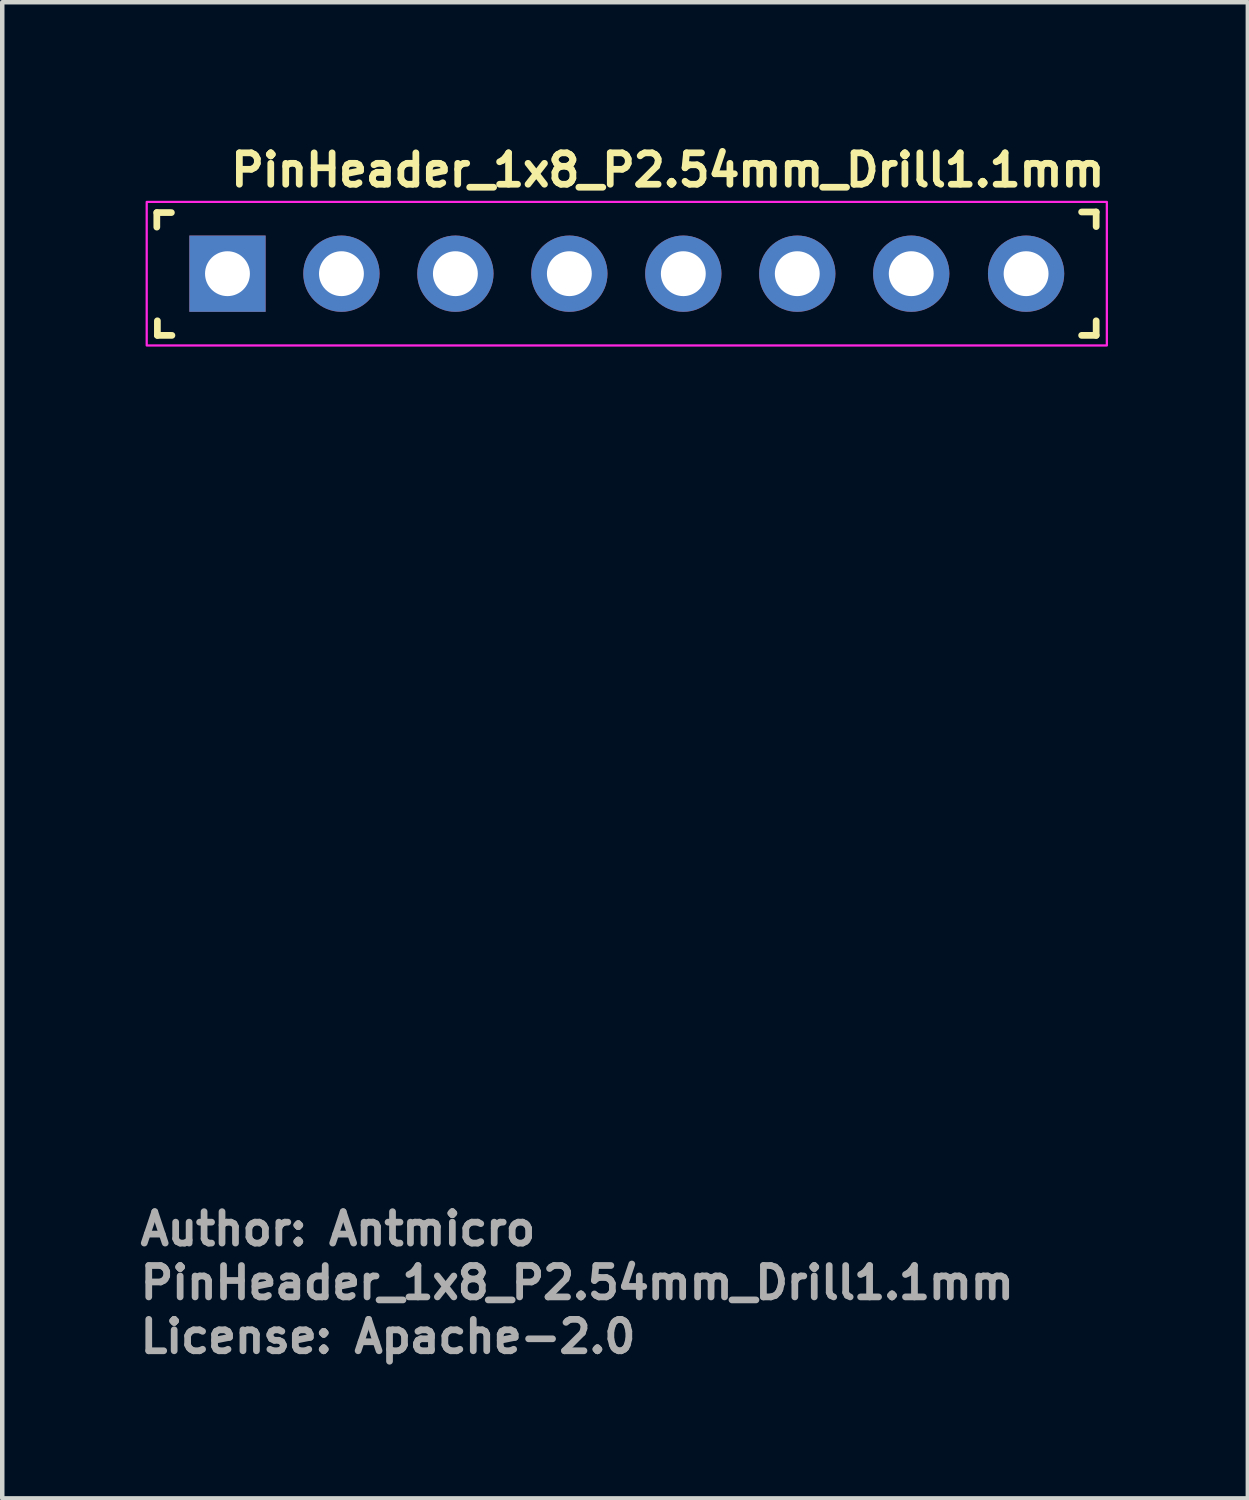
<source format=kicad_pcb>
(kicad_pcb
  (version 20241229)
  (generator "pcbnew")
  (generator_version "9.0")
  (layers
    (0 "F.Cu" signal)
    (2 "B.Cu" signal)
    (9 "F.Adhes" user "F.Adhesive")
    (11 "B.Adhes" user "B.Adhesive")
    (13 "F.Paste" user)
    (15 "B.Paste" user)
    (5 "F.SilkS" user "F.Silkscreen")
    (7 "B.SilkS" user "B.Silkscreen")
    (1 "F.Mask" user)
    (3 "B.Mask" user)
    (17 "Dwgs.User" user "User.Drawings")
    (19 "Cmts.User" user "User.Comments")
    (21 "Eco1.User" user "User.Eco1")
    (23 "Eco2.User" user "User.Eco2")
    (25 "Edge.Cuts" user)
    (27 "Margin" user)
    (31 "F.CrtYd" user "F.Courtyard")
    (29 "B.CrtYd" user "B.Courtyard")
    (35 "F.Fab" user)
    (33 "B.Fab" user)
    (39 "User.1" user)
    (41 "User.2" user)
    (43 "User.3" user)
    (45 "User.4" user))
  (footprint "PinHeader_1x8_P2.54mm_Drill1.1mm"
    (layer "F.Cu")
    (at 2.02 3.05)
    (property "Reference" "PinHeader_1x8_P2.54mm_Drill1.1mm" (at 0 -1.9 0) (layer "F.SilkS") (effects (font (size 0.7 0.7) (thickness 0.15)) (justify left bottom)))
    (attr through_hole)
    (fp_line (start -1.575 -1.362) (end -1.25 -1.362) (stroke (width 0.15) (type solid)) (layer "F.SilkS"))
    (fp_line (start -1.575 -1.038) (end -1.575 -1.362) (stroke (width 0.15) (type solid)) (layer "F.SilkS"))
    (fp_line (start -1.562 1.375) (end -1.562 1.05) (stroke (width 0.15) (type solid)) (layer "F.SilkS"))
    (fp_line (start -1.238 1.375) (end -1.562 1.375) (stroke (width 0.15) (type solid)) (layer "F.SilkS"))
    (fp_line (start 19.038 -1.375) (end 19.362 -1.375) (stroke (width 0.15) (type solid)) (layer "F.SilkS"))
    (fp_line (start 19.362 -1.375) (end 19.362 -1.05) (stroke (width 0.15) (type solid)) (layer "F.SilkS"))
    (fp_line (start 19.362 1.05) (end 19.362 1.375) (stroke (width 0.15) (type solid)) (layer "F.SilkS"))
    (fp_line (start 19.362 1.375) (end 19.038 1.375) (stroke (width 0.15) (type solid)) (layer "F.SilkS"))
    (fp_rect (start -1.8 -1.6) (end 19.6 1.6) (stroke (width 0.05) (type solid)) (fill no) (layer "F.CrtYd"))
    (fp_rect (start -1.524 1.27) (end 19.304 -1.27) (stroke (width 0.1) (type solid)) (fill no) (layer "User.5"))
    (fp_line (start -1.524 -1.27) (end -1.524 1.27) (stroke (width 0.02) (type solid)) (layer "User.9"))
    (fp_line (start -1.524 1.27) (end 19.304 1.27) (stroke (width 0.02) (type solid)) (layer "User.9"))
    (fp_line (start -0.762 -0.762) (end 0.762 -0.762) (stroke (width 0.02) (type solid)) (layer "User.9"))
    (fp_line (start -0.762 0.762) (end -0.762 -0.762) (stroke (width 0.02) (type solid)) (layer "User.9"))
    (fp_line (start -0.381 -0.381) (end -0.762 -0.762) (stroke (width 0.02) (type solid)) (layer "User.9"))
    (fp_line (start -0.381 -0.381) (end -0.381 0.381) (stroke (width 0.02) (type solid)) (layer "User.9"))
    (fp_line (start -0.381 -0.203) (end -0.102 -0.203) (stroke (width 0.02) (type solid)) (layer "User.9"))
    (fp_line (start -0.381 0.203) (end -0.102 0.203) (stroke (width 0.02) (type solid)) (layer "User.9"))
    (fp_line (start -0.381 0.381) (end -0.762 0.762) (stroke (width 0.02) (type solid)) (layer "User.9"))
    (fp_line (start -0.381 0.381) (end 0.381 0.381) (stroke (width 0.02) (type solid)) (layer "User.9"))
    (fp_line (start -0.102 -0.203) (end -0.102 0.203) (stroke (width 0.02) (type solid)) (layer "User.9"))
    (fp_line (start -0.102 -0.203) (end 0.102 -0.203) (stroke (width 0.02) (type solid)) (layer "User.9"))
    (fp_line (start -0.102 0.203) (end 0.102 0.203) (stroke (width 0.02) (type solid)) (layer "User.9"))
    (fp_line (start 0.102 -0.203) (end 0.102 0.203) (stroke (width 0.02) (type solid)) (layer "User.9"))
    (fp_line (start 0.102 -0.203) (end 0.381 -0.203) (stroke (width 0.02) (type solid)) (layer "User.9"))
    (fp_line (start 0.102 0.203) (end 0.381 0.203) (stroke (width 0.02) (type solid)) (layer "User.9"))
    (fp_line (start 0.381 -0.381) (end -0.381 -0.381) (stroke (width 0.02) (type solid)) (layer "User.9"))
    (fp_line (start 0.381 0.381) (end 0.381 -0.381) (stroke (width 0.02) (type solid)) (layer "User.9"))
    (fp_line (start 0.762 -0.762) (end 0.381 -0.381) (stroke (width 0.02) (type solid)) (layer "User.9"))
    (fp_line (start 0.762 -0.762) (end 0.762 0.762) (stroke (width 0.02) (type solid)) (layer "User.9"))
    (fp_line (start 0.762 0.762) (end -0.762 0.762) (stroke (width 0.02) (type solid)) (layer "User.9"))
    (fp_line (start 0.762 0.762) (end 0.381 0.381) (stroke (width 0.02) (type solid)) (layer "User.9"))
    (fp_line (start 1.778 -0.762) (end 3.302 -0.762) (stroke (width 0.02) (type solid)) (layer "User.9"))
    (fp_line (start 1.778 0.762) (end 1.778 -0.762) (stroke (width 0.02) (type solid)) (layer "User.9"))
    (fp_line (start 2.159 -0.381) (end 1.778 -0.762) (stroke (width 0.02) (type solid)) (layer "User.9"))
    (fp_line (start 2.159 -0.381) (end 2.159 0.381) (stroke (width 0.02) (type solid)) (layer "User.9"))
    (fp_line (start 2.159 -0.203) (end 2.438 -0.203) (stroke (width 0.02) (type solid)) (layer "User.9"))
    (fp_line (start 2.159 0.203) (end 2.438 0.203) (stroke (width 0.02) (type solid)) (layer "User.9"))
    (fp_line (start 2.159 0.381) (end 1.778 0.762) (stroke (width 0.02) (type solid)) (layer "User.9"))
    (fp_line (start 2.159 0.381) (end 2.921 0.381) (stroke (width 0.02) (type solid)) (layer "User.9"))
    (fp_line (start 2.438 -0.203) (end 2.438 0.203) (stroke (width 0.02) (type solid)) (layer "User.9"))
    (fp_line (start 2.438 -0.203) (end 2.642 -0.203) (stroke (width 0.02) (type solid)) (layer "User.9"))
    (fp_line (start 2.438 0.203) (end 2.642 0.203) (stroke (width 0.02) (type solid)) (layer "User.9"))
    (fp_line (start 2.642 -0.203) (end 2.642 0.203) (stroke (width 0.02) (type solid)) (layer "User.9"))
    (fp_line (start 2.642 -0.203) (end 2.921 -0.203) (stroke (width 0.02) (type solid)) (layer "User.9"))
    (fp_line (start 2.642 0.203) (end 2.921 0.203) (stroke (width 0.02) (type solid)) (layer "User.9"))
    (fp_line (start 2.921 -0.381) (end 2.159 -0.381) (stroke (width 0.02) (type solid)) (layer "User.9"))
    (fp_line (start 2.921 0.381) (end 2.921 -0.381) (stroke (width 0.02) (type solid)) (layer "User.9"))
    (fp_line (start 3.302 -0.762) (end 2.921 -0.381) (stroke (width 0.02) (type solid)) (layer "User.9"))
    (fp_line (start 3.302 -0.762) (end 3.302 0.762) (stroke (width 0.02) (type solid)) (layer "User.9"))
    (fp_line (start 3.302 0.762) (end 1.778 0.762) (stroke (width 0.02) (type solid)) (layer "User.9"))
    (fp_line (start 3.302 0.762) (end 2.921 0.381) (stroke (width 0.02) (type solid)) (layer "User.9"))
    (fp_line (start 4.318 -0.762) (end 5.842 -0.762) (stroke (width 0.02) (type solid)) (layer "User.9"))
    (fp_line (start 4.318 0.762) (end 4.318 -0.762) (stroke (width 0.02) (type solid)) (layer "User.9"))
    (fp_line (start 4.699 -0.381) (end 4.318 -0.762) (stroke (width 0.02) (type solid)) (layer "User.9"))
    (fp_line (start 4.699 -0.381) (end 4.699 0.381) (stroke (width 0.02) (type solid)) (layer "User.9"))
    (fp_line (start 4.699 -0.203) (end 4.978 -0.203) (stroke (width 0.02) (type solid)) (layer "User.9"))
    (fp_line (start 4.699 0.203) (end 4.978 0.203) (stroke (width 0.02) (type solid)) (layer "User.9"))
    (fp_line (start 4.699 0.381) (end 4.318 0.762) (stroke (width 0.02) (type solid)) (layer "User.9"))
    (fp_line (start 4.699 0.381) (end 5.461 0.381) (stroke (width 0.02) (type solid)) (layer "User.9"))
    (fp_line (start 4.978 -0.203) (end 4.978 0.203) (stroke (width 0.02) (type solid)) (layer "User.9"))
    (fp_line (start 4.978 -0.203) (end 5.182 -0.203) (stroke (width 0.02) (type solid)) (layer "User.9"))
    (fp_line (start 4.978 0.203) (end 5.182 0.203) (stroke (width 0.02) (type solid)) (layer "User.9"))
    (fp_line (start 5.182 -0.203) (end 5.182 0.203) (stroke (width 0.02) (type solid)) (layer "User.9"))
    (fp_line (start 5.182 -0.203) (end 5.461 -0.203) (stroke (width 0.02) (type solid)) (layer "User.9"))
    (fp_line (start 5.182 0.203) (end 5.461 0.203) (stroke (width 0.02) (type solid)) (layer "User.9"))
    (fp_line (start 5.461 -0.381) (end 4.699 -0.381) (stroke (width 0.02) (type solid)) (layer "User.9"))
    (fp_line (start 5.461 0.381) (end 5.461 -0.381) (stroke (width 0.02) (type solid)) (layer "User.9"))
    (fp_line (start 5.842 -0.762) (end 5.461 -0.381) (stroke (width 0.02) (type solid)) (layer "User.9"))
    (fp_line (start 5.842 -0.762) (end 5.842 0.762) (stroke (width 0.02) (type solid)) (layer "User.9"))
    (fp_line (start 5.842 0.762) (end 4.318 0.762) (stroke (width 0.02) (type solid)) (layer "User.9"))
    (fp_line (start 5.842 0.762) (end 5.461 0.381) (stroke (width 0.02) (type solid)) (layer "User.9"))
    (fp_line (start 6.858 -0.762) (end 8.382 -0.762) (stroke (width 0.02) (type solid)) (layer "User.9"))
    (fp_line (start 6.858 0.762) (end 6.858 -0.762) (stroke (width 0.02) (type solid)) (layer "User.9"))
    (fp_line (start 7.239 -0.381) (end 6.858 -0.762) (stroke (width 0.02) (type solid)) (layer "User.9"))
    (fp_line (start 7.239 -0.381) (end 7.239 0.381) (stroke (width 0.02) (type solid)) (layer "User.9"))
    (fp_line (start 7.239 -0.203) (end 7.518 -0.203) (stroke (width 0.02) (type solid)) (layer "User.9"))
    (fp_line (start 7.239 0.203) (end 7.518 0.203) (stroke (width 0.02) (type solid)) (layer "User.9"))
    (fp_line (start 7.239 0.381) (end 6.858 0.762) (stroke (width 0.02) (type solid)) (layer "User.9"))
    (fp_line (start 7.239 0.381) (end 8.001 0.381) (stroke (width 0.02) (type solid)) (layer "User.9"))
    (fp_line (start 7.518 -0.203) (end 7.518 0.203) (stroke (width 0.02) (type solid)) (layer "User.9"))
    (fp_line (start 7.518 -0.203) (end 7.722 -0.203) (stroke (width 0.02) (type solid)) (layer "User.9"))
    (fp_line (start 7.518 0.203) (end 7.722 0.203) (stroke (width 0.02) (type solid)) (layer "User.9"))
    (fp_line (start 7.722 -0.203) (end 7.722 0.203) (stroke (width 0.02) (type solid)) (layer "User.9"))
    (fp_line (start 7.722 -0.203) (end 8.001 -0.203) (stroke (width 0.02) (type solid)) (layer "User.9"))
    (fp_line (start 7.722 0.203) (end 8.001 0.203) (stroke (width 0.02) (type solid)) (layer "User.9"))
    (fp_line (start 8.001 -0.381) (end 7.239 -0.381) (stroke (width 0.02) (type solid)) (layer "User.9"))
    (fp_line (start 8.001 0.381) (end 8.001 -0.381) (stroke (width 0.02) (type solid)) (layer "User.9"))
    (fp_line (start 8.382 -0.762) (end 8.001 -0.381) (stroke (width 0.02) (type solid)) (layer "User.9"))
    (fp_line (start 8.382 -0.762) (end 8.382 0.762) (stroke (width 0.02) (type solid)) (layer "User.9"))
    (fp_line (start 8.382 0.762) (end 6.858 0.762) (stroke (width 0.02) (type solid)) (layer "User.9"))
    (fp_line (start 8.382 0.762) (end 8.001 0.381) (stroke (width 0.02) (type solid)) (layer "User.9"))
    (fp_line (start 9.398 -0.762) (end 10.922 -0.762) (stroke (width 0.02) (type solid)) (layer "User.9"))
    (fp_line (start 9.398 0.762) (end 9.398 -0.762) (stroke (width 0.02) (type solid)) (layer "User.9"))
    (fp_line (start 9.779 -0.381) (end 9.398 -0.762) (stroke (width 0.02) (type solid)) (layer "User.9"))
    (fp_line (start 9.779 -0.381) (end 9.779 0.381) (stroke (width 0.02) (type solid)) (layer "User.9"))
    (fp_line (start 9.779 -0.203) (end 10.058 -0.203) (stroke (width 0.02) (type solid)) (layer "User.9"))
    (fp_line (start 9.779 0.203) (end 10.058 0.203) (stroke (width 0.02) (type solid)) (layer "User.9"))
    (fp_line (start 9.779 0.381) (end 9.398 0.762) (stroke (width 0.02) (type solid)) (layer "User.9"))
    (fp_line (start 9.779 0.381) (end 10.541 0.381) (stroke (width 0.02) (type solid)) (layer "User.9"))
    (fp_line (start 10.058 -0.203) (end 10.058 0.203) (stroke (width 0.02) (type solid)) (layer "User.9"))
    (fp_line (start 10.058 -0.203) (end 10.262 -0.203) (stroke (width 0.02) (type solid)) (layer "User.9"))
    (fp_line (start 10.058 0.203) (end 10.262 0.203) (stroke (width 0.02) (type solid)) (layer "User.9"))
    (fp_line (start 10.262 -0.203) (end 10.262 0.203) (stroke (width 0.02) (type solid)) (layer "User.9"))
    (fp_line (start 10.262 -0.203) (end 10.541 -0.203) (stroke (width 0.02) (type solid)) (layer "User.9"))
    (fp_line (start 10.262 0.203) (end 10.541 0.203) (stroke (width 0.02) (type solid)) (layer "User.9"))
    (fp_line (start 10.541 -0.381) (end 9.779 -0.381) (stroke (width 0.02) (type solid)) (layer "User.9"))
    (fp_line (start 10.541 0.381) (end 10.541 -0.381) (stroke (width 0.02) (type solid)) (layer "User.9"))
    (fp_line (start 10.922 -0.762) (end 10.541 -0.381) (stroke (width 0.02) (type solid)) (layer "User.9"))
    (fp_line (start 10.922 -0.762) (end 10.922 0.762) (stroke (width 0.02) (type solid)) (layer "User.9"))
    (fp_line (start 10.922 0.762) (end 9.398 0.762) (stroke (width 0.02) (type solid)) (layer "User.9"))
    (fp_line (start 10.922 0.762) (end 10.541 0.381) (stroke (width 0.02) (type solid)) (layer "User.9"))
    (fp_line (start 11.938 -0.762) (end 13.462 -0.762) (stroke (width 0.02) (type solid)) (layer "User.9"))
    (fp_line (start 11.938 0.762) (end 11.938 -0.762) (stroke (width 0.02) (type solid)) (layer "User.9"))
    (fp_line (start 12.319 -0.381) (end 11.938 -0.762) (stroke (width 0.02) (type solid)) (layer "User.9"))
    (fp_line (start 12.319 -0.381) (end 12.319 0.381) (stroke (width 0.02) (type solid)) (layer "User.9"))
    (fp_line (start 12.319 -0.203) (end 12.598 -0.203) (stroke (width 0.02) (type solid)) (layer "User.9"))
    (fp_line (start 12.319 0.203) (end 12.598 0.203) (stroke (width 0.02) (type solid)) (layer "User.9"))
    (fp_line (start 12.319 0.381) (end 11.938 0.762) (stroke (width 0.02) (type solid)) (layer "User.9"))
    (fp_line (start 12.319 0.381) (end 13.081 0.381) (stroke (width 0.02) (type solid)) (layer "User.9"))
    (fp_line (start 12.598 -0.203) (end 12.598 0.203) (stroke (width 0.02) (type solid)) (layer "User.9"))
    (fp_line (start 12.598 -0.203) (end 12.802 -0.203) (stroke (width 0.02) (type solid)) (layer "User.9"))
    (fp_line (start 12.598 0.203) (end 12.802 0.203) (stroke (width 0.02) (type solid)) (layer "User.9"))
    (fp_line (start 12.802 -0.203) (end 12.802 0.203) (stroke (width 0.02) (type solid)) (layer "User.9"))
    (fp_line (start 12.802 -0.203) (end 13.081 -0.203) (stroke (width 0.02) (type solid)) (layer "User.9"))
    (fp_line (start 12.802 0.203) (end 13.081 0.203) (stroke (width 0.02) (type solid)) (layer "User.9"))
    (fp_line (start 13.081 -0.381) (end 12.319 -0.381) (stroke (width 0.02) (type solid)) (layer "User.9"))
    (fp_line (start 13.081 0.381) (end 13.081 -0.381) (stroke (width 0.02) (type solid)) (layer "User.9"))
    (fp_line (start 13.462 -0.762) (end 13.081 -0.381) (stroke (width 0.02) (type solid)) (layer "User.9"))
    (fp_line (start 13.462 -0.762) (end 13.462 0.762) (stroke (width 0.02) (type solid)) (layer "User.9"))
    (fp_line (start 13.462 0.762) (end 11.938 0.762) (stroke (width 0.02) (type solid)) (layer "User.9"))
    (fp_line (start 13.462 0.762) (end 13.081 0.381) (stroke (width 0.02) (type solid)) (layer "User.9"))
    (fp_line (start 14.478 -0.762) (end 16.002 -0.762) (stroke (width 0.02) (type solid)) (layer "User.9"))
    (fp_line (start 14.478 0.762) (end 14.478 -0.762) (stroke (width 0.02) (type solid)) (layer "User.9"))
    (fp_line (start 14.859 -0.381) (end 14.478 -0.762) (stroke (width 0.02) (type solid)) (layer "User.9"))
    (fp_line (start 14.859 -0.381) (end 14.859 0.381) (stroke (width 0.02) (type solid)) (layer "User.9"))
    (fp_line (start 14.859 -0.203) (end 15.138 -0.203) (stroke (width 0.02) (type solid)) (layer "User.9"))
    (fp_line (start 14.859 0.203) (end 15.138 0.203) (stroke (width 0.02) (type solid)) (layer "User.9"))
    (fp_line (start 14.859 0.381) (end 14.478 0.762) (stroke (width 0.02) (type solid)) (layer "User.9"))
    (fp_line (start 14.859 0.381) (end 15.621 0.381) (stroke (width 0.02) (type solid)) (layer "User.9"))
    (fp_line (start 15.138 -0.203) (end 15.138 0.203) (stroke (width 0.02) (type solid)) (layer "User.9"))
    (fp_line (start 15.138 -0.203) (end 15.342 -0.203) (stroke (width 0.02) (type solid)) (layer "User.9"))
    (fp_line (start 15.138 0.203) (end 15.342 0.203) (stroke (width 0.02) (type solid)) (layer "User.9"))
    (fp_line (start 15.342 -0.203) (end 15.342 0.203) (stroke (width 0.02) (type solid)) (layer "User.9"))
    (fp_line (start 15.342 -0.203) (end 15.621 -0.203) (stroke (width 0.02) (type solid)) (layer "User.9"))
    (fp_line (start 15.342 0.203) (end 15.621 0.203) (stroke (width 0.02) (type solid)) (layer "User.9"))
    (fp_line (start 15.621 -0.381) (end 14.859 -0.381) (stroke (width 0.02) (type solid)) (layer "User.9"))
    (fp_line (start 15.621 0.381) (end 15.621 -0.381) (stroke (width 0.02) (type solid)) (layer "User.9"))
    (fp_line (start 16.002 -0.762) (end 15.621 -0.381) (stroke (width 0.02) (type solid)) (layer "User.9"))
    (fp_line (start 16.002 -0.762) (end 16.002 0.762) (stroke (width 0.02) (type solid)) (layer "User.9"))
    (fp_line (start 16.002 0.762) (end 14.478 0.762) (stroke (width 0.02) (type solid)) (layer "User.9"))
    (fp_line (start 16.002 0.762) (end 15.621 0.381) (stroke (width 0.02) (type solid)) (layer "User.9"))
    (fp_line (start 17.018 -0.762) (end 18.542 -0.762) (stroke (width 0.02) (type solid)) (layer "User.9"))
    (fp_line (start 17.018 0.762) (end 17.018 -0.762) (stroke (width 0.02) (type solid)) (layer "User.9"))
    (fp_line (start 17.018 0.762) (end 17.399 0.381) (stroke (width 0.02) (type solid)) (layer "User.9"))
    (fp_line (start 17.399 -0.381) (end 17.018 -0.762) (stroke (width 0.02) (type solid)) (layer "User.9"))
    (fp_line (start 17.399 -0.381) (end 17.399 0.381) (stroke (width 0.02) (type solid)) (layer "User.9"))
    (fp_line (start 17.399 -0.203) (end 17.678 -0.203) (stroke (width 0.02) (type solid)) (layer "User.9"))
    (fp_line (start 17.399 0.203) (end 17.678 0.203) (stroke (width 0.02) (type solid)) (layer "User.9"))
    (fp_line (start 17.399 0.381) (end 18.161 0.381) (stroke (width 0.02) (type solid)) (layer "User.9"))
    (fp_line (start 17.678 -0.203) (end 17.678 0.203) (stroke (width 0.02) (type solid)) (layer "User.9"))
    (fp_line (start 17.678 -0.203) (end 17.882 -0.203) (stroke (width 0.02) (type solid)) (layer "User.9"))
    (fp_line (start 17.678 0.203) (end 17.882 0.203) (stroke (width 0.02) (type solid)) (layer "User.9"))
    (fp_line (start 17.882 -0.203) (end 17.882 0.203) (stroke (width 0.02) (type solid)) (layer "User.9"))
    (fp_line (start 17.882 -0.203) (end 18.161 -0.203) (stroke (width 0.02) (type solid)) (layer "User.9"))
    (fp_line (start 17.882 0.203) (end 18.161 0.203) (stroke (width 0.02) (type solid)) (layer "User.9"))
    (fp_line (start 18.161 -0.381) (end 17.399 -0.381) (stroke (width 0.02) (type solid)) (layer "User.9"))
    (fp_line (start 18.161 -0.381) (end 18.542 -0.762) (stroke (width 0.02) (type solid)) (layer "User.9"))
    (fp_line (start 18.161 0.381) (end 18.161 -0.381) (stroke (width 0.02) (type solid)) (layer "User.9"))
    (fp_line (start 18.542 -0.762) (end 18.542 0.762) (stroke (width 0.02) (type solid)) (layer "User.9"))
    (fp_line (start 18.542 0.762) (end 17.018 0.762) (stroke (width 0.02) (type solid)) (layer "User.9"))
    (fp_line (start 18.542 0.762) (end 18.161 0.381) (stroke (width 0.02) (type solid)) (layer "User.9"))
    (fp_line (start 19.304 -1.27) (end -1.524 -1.27) (stroke (width 0.02) (type solid)) (layer "User.9"))
    (fp_line (start 19.304 1.27) (end 19.304 -1.27) (stroke (width 0.02) (type solid)) (layer "User.9"))
    (fp_text user "Author: Antmicro" (at -2.02 21.7 0) (layer "F.Fab") (effects (font (size 0.7 0.7) (thickness 0.15)) (justify left bottom)))
    (fp_text user "License: Apache-2.0" (at -2.02 24.1 0) (layer "F.Fab") (effects (font (size 0.7 0.7) (thickness 0.15)) (justify left bottom)))
    (fp_text user "${REFERENCE}" (at -2.02 22.9 0) (layer "F.Fab") (effects (font (size 0.7 0.7) (thickness 0.15)) (justify left bottom)))
    (pad "1" thru_hole rect (at 0 0) (size 1.7 1.7) (drill 1) (layers "*.Cu" "*.Mask"))
    (pad "2" thru_hole circle (at 2.54 0) (size 1.7 1.7) (drill 1) (layers "*.Cu" "*.Mask"))
    (pad "3" thru_hole circle (at 5.08 0) (size 1.7 1.7) (drill 1) (layers "*.Cu" "*.Mask"))
    (pad "4" thru_hole circle (at 7.62 0) (size 1.7 1.7) (drill 1) (layers "*.Cu" "*.Mask"))
    (pad "5" thru_hole circle (at 10.16 0) (size 1.7 1.7) (drill 1) (layers "*.Cu" "*.Mask"))
    (pad "6" thru_hole circle (at 12.7 0) (size 1.7 1.7) (drill 1) (layers "*.Cu" "*.Mask"))
    (pad "7" thru_hole circle (at 15.24 0) (size 1.7 1.7) (drill 1) (layers "*.Cu" "*.Mask"))
    (pad "8" thru_hole circle (at 17.8 0) (size 1.7 1.7) (drill 1) (layers "*.Cu" "*.Mask")))
  (gr_rect
    (start -3 -3)
    (end 24.763 30.346)
    (stroke (width 0.1) (type default))
    (fill no)
    (layer "Edge.Cuts")))
</source>
